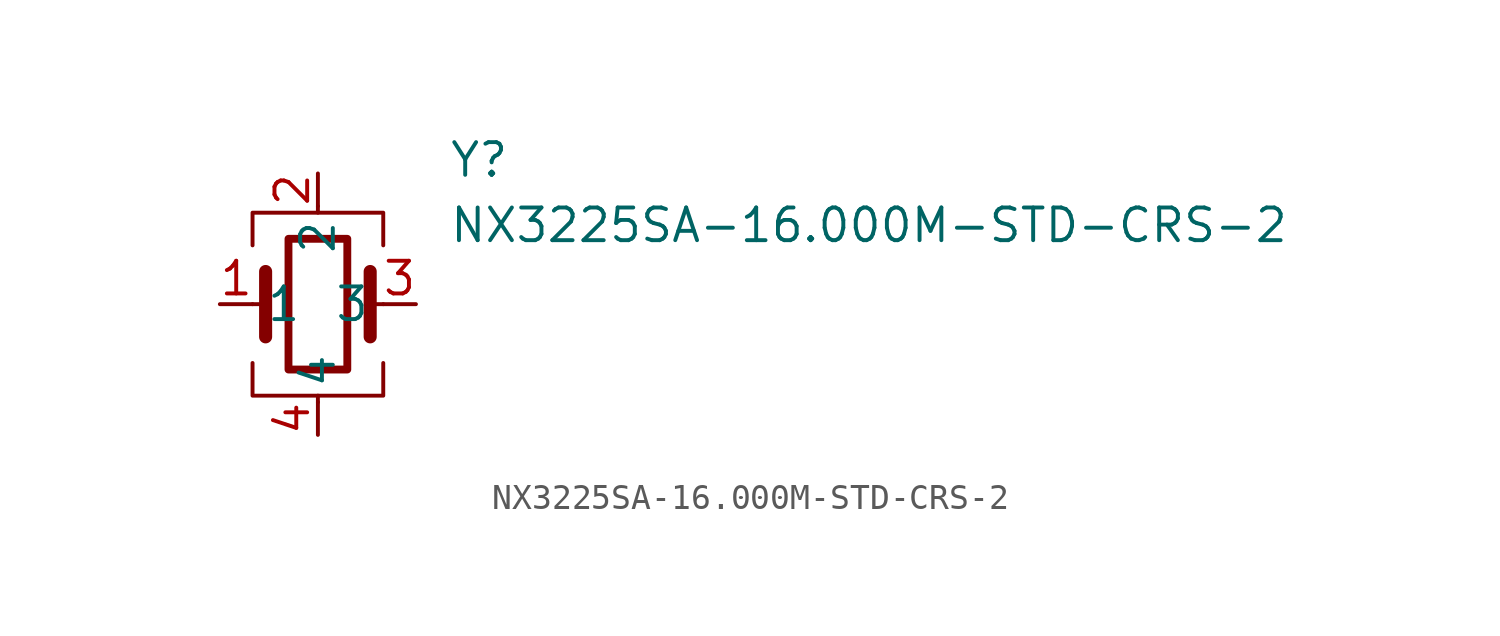
<source format=kicad_sym>
(kicad_symbol_lib
  (version 20220914)
  (generator kicad_symbol_editor)
  (symbol "NX3225SA-16.000M-STD-CRS-2"
    (property "Reference" "Y"
      (at 5.08 6.35 0)
      (effects (font (size 1.27 1.27)) (justify left top)))
    (property "Value" "NX3225SA-16.000M-STD-CRS-2"
      (at 5.08 3.81 0)
      (effects (font (size 1.27 1.27)) (justify left top)))
    (symbol "NX3225SA-16.000M-STD-CRS-2_0_1"
      (rectangle (start -1.143 2.54) (end 1.143 -2.54) (stroke (width 0.305) (type default)) (fill (type none)))
      (polyline (pts (xy -2.54 0) (xy -2.032 0)) (stroke (width 0) (type default)) (fill (type none)))
      (polyline (pts (xy -2.032 -1.27) (xy -2.032 1.27)) (stroke (width 0.508) (type default)) (fill (type none)))
      (polyline (pts (xy 0 -3.81) (xy 0 -3.556)) (stroke (width 0) (type default)) (fill (type none)))
      (polyline (pts (xy 0 3.556) (xy 0 3.81)) (stroke (width 0) (type default)) (fill (type none)))
      (polyline (pts (xy 2.032 -1.27) (xy 2.032 1.27)) (stroke (width 0.508) (type default)) (fill (type none)))
      (polyline (pts (xy 2.032 0) (xy 2.54 0)) (stroke (width 0) (type default)) (fill (type none)))
      (polyline (pts (xy -2.54 -2.286) (xy -2.54 -3.556) (xy 2.54 -3.556) (xy 2.54 -2.286)) (stroke (width 0) (type default)) (fill (type none)))
      (polyline (pts (xy -2.54 2.286) (xy -2.54 3.556) (xy 2.54 3.556) (xy 2.54 2.286)) (stroke (width 0) (type default)) (fill (type none))))
    (symbol "NX3225SA-16.000M-STD-CRS-2_1_1"
      (pin passive line (at -3.81 0 0) (length 1.27) (name "1" (effects (font (size 1.27 1.27)))) (number "1" (effects (font (size 1.27 1.27)))))
      (pin passive line (at 0 5.08 270) (length 1.27) (name "2" (effects (font (size 1.27 1.27)))) (number "2" (effects (font (size 1.27 1.27)))))
      (pin passive line (at 3.81 0 180) (length 1.27) (name "3" (effects (font (size 1.27 1.27)))) (number "3" (effects (font (size 1.27 1.27)))))
      (pin passive line (at 0 -5.08 90) (length 1.27) (name "4" (effects (font (size 1.27 1.27)))) (number "4" (effects (font (size 1.27 1.27))))))))
</source>
